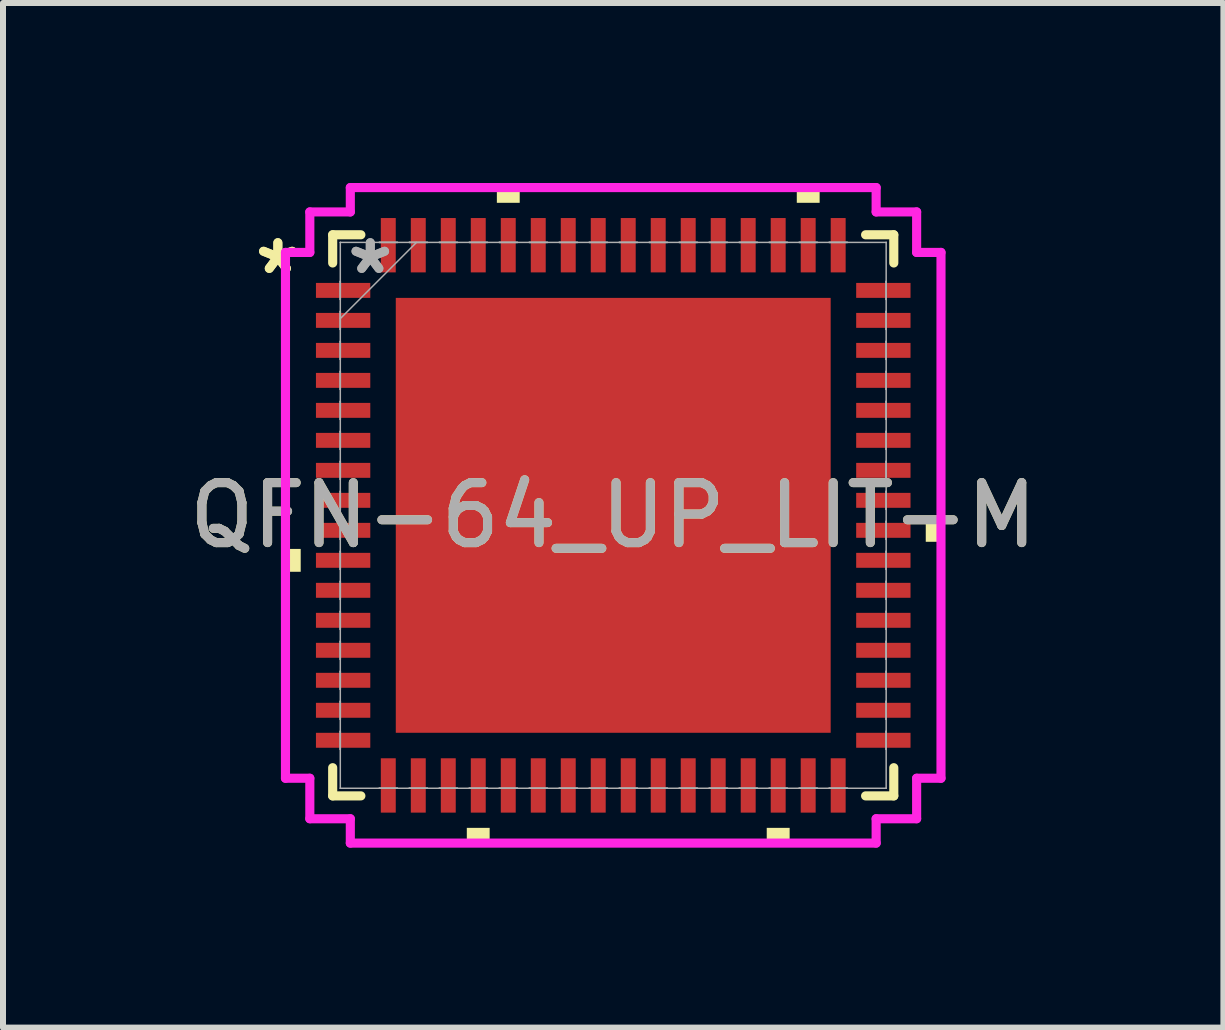
<source format=kicad_pcb>
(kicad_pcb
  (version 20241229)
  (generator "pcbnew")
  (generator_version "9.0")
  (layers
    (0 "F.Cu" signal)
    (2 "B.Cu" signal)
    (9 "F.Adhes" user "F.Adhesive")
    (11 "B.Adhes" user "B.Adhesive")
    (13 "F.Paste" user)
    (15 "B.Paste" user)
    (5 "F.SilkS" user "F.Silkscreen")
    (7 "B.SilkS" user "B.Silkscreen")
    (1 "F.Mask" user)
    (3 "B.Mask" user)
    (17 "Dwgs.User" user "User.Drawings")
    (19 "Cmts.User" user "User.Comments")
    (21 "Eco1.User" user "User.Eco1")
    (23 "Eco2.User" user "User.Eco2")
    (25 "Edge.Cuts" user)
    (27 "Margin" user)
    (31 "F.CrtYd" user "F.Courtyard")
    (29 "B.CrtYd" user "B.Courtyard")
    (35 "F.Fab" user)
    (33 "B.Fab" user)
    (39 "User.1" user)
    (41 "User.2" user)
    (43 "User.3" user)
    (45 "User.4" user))
  (footprint "QFN-64_UP_LIT-M"
    (layer "F.Cu")
    (at 7.173 5.541)
    (property "Reference" "QFN-64_UP_LIT-M" (at 0 0 0) (unlocked yes) (layer "F.SilkS") (effects (font (size 1 1) (thickness 0.15))))
    (attr smd)
    (fp_line (start -4.677 -4.677) (end -4.677 -4.207) (stroke (width 0.152) (type solid)) (layer "F.SilkS"))
    (fp_line (start -4.677 4.207) (end -4.677 4.677) (stroke (width 0.152) (type solid)) (layer "F.SilkS"))
    (fp_line (start -4.677 4.677) (end -4.207 4.677) (stroke (width 0.152) (type solid)) (layer "F.SilkS"))
    (fp_line (start -4.207 -4.677) (end -4.677 -4.677) (stroke (width 0.152) (type solid)) (layer "F.SilkS"))
    (fp_line (start 4.207 4.677) (end 4.677 4.677) (stroke (width 0.152) (type solid)) (layer "F.SilkS"))
    (fp_line (start 4.677 -4.677) (end 4.207 -4.677) (stroke (width 0.152) (type solid)) (layer "F.SilkS"))
    (fp_line (start 4.677 -4.207) (end 4.677 -4.677) (stroke (width 0.152) (type solid)) (layer "F.SilkS"))
    (fp_line (start 4.677 4.677) (end 4.677 4.207) (stroke (width 0.152) (type solid)) (layer "F.SilkS"))
    (fp_poly (pts (xy -5.464 0.56) (xy -5.464 0.941) (xy -5.21 0.941) (xy -5.21 0.56)) (stroke (width 0) (type solid)) (fill yes) (layer "F.SilkS"))
    (fp_poly (pts (xy -2.441 5.21) (xy -2.441 5.464) (xy -2.06 5.464) (xy -2.06 5.21)) (stroke (width 0) (type solid)) (fill yes) (layer "F.SilkS"))
    (fp_poly (pts (xy -1.94 -5.21) (xy -1.94 -5.464) (xy -1.559 -5.464) (xy -1.559 -5.21)) (stroke (width 0) (type solid)) (fill yes) (layer "F.SilkS"))
    (fp_poly (pts (xy 2.559 5.21) (xy 2.559 5.464) (xy 2.941 5.464) (xy 2.941 5.21)) (stroke (width 0) (type solid)) (fill yes) (layer "F.SilkS"))
    (fp_poly (pts (xy 3.06 -5.21) (xy 3.06 -5.464) (xy 3.441 -5.464) (xy 3.441 -5.21)) (stroke (width 0) (type solid)) (fill yes) (layer "F.SilkS"))
    (fp_poly (pts (xy 5.464 0.059) (xy 5.464 0.441) (xy 5.21 0.441) (xy 5.21 0.059)) (stroke (width 0) (type solid)) (fill yes) (layer "F.SilkS"))
    (fp_poly (pts (xy -3.525 -3.525) (xy -3.525 -2.275) (xy -2.275 -2.275) (xy -2.275 -3.525)) (stroke (width 0) (type solid)) (fill yes) (layer "F.Paste"))
    (fp_poly (pts (xy -3.525 -2.075) (xy -3.525 -0.825) (xy -2.275 -0.825) (xy -2.275 -2.075)) (stroke (width 0) (type solid)) (fill yes) (layer "F.Paste"))
    (fp_poly (pts (xy -3.525 -0.625) (xy -3.525 0.625) (xy -2.275 0.625) (xy -2.275 -0.625)) (stroke (width 0) (type solid)) (fill yes) (layer "F.Paste"))
    (fp_poly (pts (xy -3.525 0.825) (xy -3.525 2.075) (xy -2.275 2.075) (xy -2.275 0.825)) (stroke (width 0) (type solid)) (fill yes) (layer "F.Paste"))
    (fp_poly (pts (xy -3.525 2.275) (xy -3.525 3.525) (xy -2.275 3.525) (xy -2.275 2.275)) (stroke (width 0) (type solid)) (fill yes) (layer "F.Paste"))
    (fp_poly (pts (xy -2.075 -3.525) (xy -2.075 -2.275) (xy -0.825 -2.275) (xy -0.825 -3.525)) (stroke (width 0) (type solid)) (fill yes) (layer "F.Paste"))
    (fp_poly (pts (xy -2.075 -2.075) (xy -2.075 -0.825) (xy -0.825 -0.825) (xy -0.825 -2.075)) (stroke (width 0) (type solid)) (fill yes) (layer "F.Paste"))
    (fp_poly (pts (xy -2.075 -0.625) (xy -2.075 0.625) (xy -0.825 0.625) (xy -0.825 -0.625)) (stroke (width 0) (type solid)) (fill yes) (layer "F.Paste"))
    (fp_poly (pts (xy -2.075 0.825) (xy -2.075 2.075) (xy -0.825 2.075) (xy -0.825 0.825)) (stroke (width 0) (type solid)) (fill yes) (layer "F.Paste"))
    (fp_poly (pts (xy -2.075 2.275) (xy -2.075 3.525) (xy -0.825 3.525) (xy -0.825 2.275)) (stroke (width 0) (type solid)) (fill yes) (layer "F.Paste"))
    (fp_poly (pts (xy -0.625 -3.525) (xy -0.625 -2.275) (xy 0.625 -2.275) (xy 0.625 -3.525)) (stroke (width 0) (type solid)) (fill yes) (layer "F.Paste"))
    (fp_poly (pts (xy -0.625 -2.075) (xy -0.625 -0.825) (xy 0.625 -0.825) (xy 0.625 -2.075)) (stroke (width 0) (type solid)) (fill yes) (layer "F.Paste"))
    (fp_poly (pts (xy -0.625 -0.625) (xy -0.625 0.625) (xy 0.625 0.625) (xy 0.625 -0.625)) (stroke (width 0) (type solid)) (fill yes) (layer "F.Paste"))
    (fp_poly (pts (xy -0.625 0.825) (xy -0.625 2.075) (xy 0.625 2.075) (xy 0.625 0.825)) (stroke (width 0) (type solid)) (fill yes) (layer "F.Paste"))
    (fp_poly (pts (xy -0.625 2.275) (xy -0.625 3.525) (xy 0.625 3.525) (xy 0.625 2.275)) (stroke (width 0) (type solid)) (fill yes) (layer "F.Paste"))
    (fp_poly (pts (xy 0.825 -3.525) (xy 0.825 -2.275) (xy 2.075 -2.275) (xy 2.075 -3.525)) (stroke (width 0) (type solid)) (fill yes) (layer "F.Paste"))
    (fp_poly (pts (xy 0.825 -2.075) (xy 0.825 -0.825) (xy 2.075 -0.825) (xy 2.075 -2.075)) (stroke (width 0) (type solid)) (fill yes) (layer "F.Paste"))
    (fp_poly (pts (xy 0.825 -0.625) (xy 0.825 0.625) (xy 2.075 0.625) (xy 2.075 -0.625)) (stroke (width 0) (type solid)) (fill yes) (layer "F.Paste"))
    (fp_poly (pts (xy 0.825 0.825) (xy 0.825 2.075) (xy 2.075 2.075) (xy 2.075 0.825)) (stroke (width 0) (type solid)) (fill yes) (layer "F.Paste"))
    (fp_poly (pts (xy 0.825 2.275) (xy 0.825 3.525) (xy 2.075 3.525) (xy 2.075 2.275)) (stroke (width 0) (type solid)) (fill yes) (layer "F.Paste"))
    (fp_poly (pts (xy 2.275 -3.525) (xy 2.275 -2.275) (xy 3.525 -2.275) (xy 3.525 -3.525)) (stroke (width 0) (type solid)) (fill yes) (layer "F.Paste"))
    (fp_poly (pts (xy 2.275 -2.075) (xy 2.275 -0.825) (xy 3.525 -0.825) (xy 3.525 -2.075)) (stroke (width 0) (type solid)) (fill yes) (layer "F.Paste"))
    (fp_poly (pts (xy 2.275 -0.625) (xy 2.275 0.625) (xy 3.525 0.625) (xy 3.525 -0.625)) (stroke (width 0) (type solid)) (fill yes) (layer "F.Paste"))
    (fp_poly (pts (xy 2.275 0.825) (xy 2.275 2.075) (xy 3.525 2.075) (xy 3.525 0.825)) (stroke (width 0) (type solid)) (fill yes) (layer "F.Paste"))
    (fp_poly (pts (xy 2.275 2.275) (xy 2.275 3.525) (xy 3.525 3.525) (xy 3.525 2.275)) (stroke (width 0) (type solid)) (fill yes) (layer "F.Paste"))
    (fp_line (start -5.464 -4.383) (end -5.058 -4.383) (stroke (width 0.152) (type solid)) (layer "F.CrtYd"))
    (fp_line (start -5.464 4.383) (end -5.464 -4.383) (stroke (width 0.152) (type solid)) (layer "F.CrtYd"))
    (fp_line (start -5.058 -5.058) (end -4.383 -5.058) (stroke (width 0.152) (type solid)) (layer "F.CrtYd"))
    (fp_line (start -5.058 -4.383) (end -5.058 -5.058) (stroke (width 0.152) (type solid)) (layer "F.CrtYd"))
    (fp_line (start -5.058 4.383) (end -5.464 4.383) (stroke (width 0.152) (type solid)) (layer "F.CrtYd"))
    (fp_line (start -5.058 5.058) (end -5.058 4.383) (stroke (width 0.152) (type solid)) (layer "F.CrtYd"))
    (fp_line (start -4.383 -5.464) (end 4.383 -5.464) (stroke (width 0.152) (type solid)) (layer "F.CrtYd"))
    (fp_line (start -4.383 -5.058) (end -4.383 -5.464) (stroke (width 0.152) (type solid)) (layer "F.CrtYd"))
    (fp_line (start -4.383 5.058) (end -5.058 5.058) (stroke (width 0.152) (type solid)) (layer "F.CrtYd"))
    (fp_line (start -4.383 5.464) (end -4.383 5.058) (stroke (width 0.152) (type solid)) (layer "F.CrtYd"))
    (fp_line (start 4.383 -5.464) (end 4.383 -5.058) (stroke (width 0.152) (type solid)) (layer "F.CrtYd"))
    (fp_line (start 4.383 -5.058) (end 5.058 -5.058) (stroke (width 0.152) (type solid)) (layer "F.CrtYd"))
    (fp_line (start 4.383 5.058) (end 4.383 5.464) (stroke (width 0.152) (type solid)) (layer "F.CrtYd"))
    (fp_line (start 4.383 5.464) (end -4.383 5.464) (stroke (width 0.152) (type solid)) (layer "F.CrtYd"))
    (fp_line (start 5.058 -5.058) (end 5.058 -4.383) (stroke (width 0.152) (type solid)) (layer "F.CrtYd"))
    (fp_line (start 5.058 -4.383) (end 5.464 -4.383) (stroke (width 0.152) (type solid)) (layer "F.CrtYd"))
    (fp_line (start 5.058 4.383) (end 5.058 5.058) (stroke (width 0.152) (type solid)) (layer "F.CrtYd"))
    (fp_line (start 5.058 5.058) (end 4.383 5.058) (stroke (width 0.152) (type solid)) (layer "F.CrtYd"))
    (fp_line (start 5.464 -4.383) (end 5.464 4.383) (stroke (width 0.152) (type solid)) (layer "F.CrtYd"))
    (fp_line (start 5.464 4.383) (end 5.058 4.383) (stroke (width 0.152) (type solid)) (layer "F.CrtYd"))
    (fp_line (start -4.55 -4.55) (end -4.55 -4.55) (stroke (width 0.025) (type solid)) (layer "F.Fab"))
    (fp_line (start -4.55 -4.55) (end -4.55 4.55) (stroke (width 0.025) (type solid)) (layer "F.Fab"))
    (fp_line (start -4.55 -3.9) (end -4.55 -3.9) (stroke (width 0.025) (type solid)) (layer "F.Fab"))
    (fp_line (start -4.55 -3.9) (end -4.55 -3.6) (stroke (width 0.025) (type solid)) (layer "F.Fab"))
    (fp_line (start -4.55 -3.6) (end -4.55 -3.9) (stroke (width 0.025) (type solid)) (layer "F.Fab"))
    (fp_line (start -4.55 -3.6) (end -4.55 -3.6) (stroke (width 0.025) (type solid)) (layer "F.Fab"))
    (fp_line (start -4.55 -3.4) (end -4.55 -3.4) (stroke (width 0.025) (type solid)) (layer "F.Fab"))
    (fp_line (start -4.55 -3.4) (end -4.55 -3.1) (stroke (width 0.025) (type solid)) (layer "F.Fab"))
    (fp_line (start -4.55 -3.28) (end -3.28 -4.55) (stroke (width 0.025) (type solid)) (layer "F.Fab"))
    (fp_line (start -4.55 -3.1) (end -4.55 -3.4) (stroke (width 0.025) (type solid)) (layer "F.Fab"))
    (fp_line (start -4.55 -3.1) (end -4.55 -3.1) (stroke (width 0.025) (type solid)) (layer "F.Fab"))
    (fp_line (start -4.55 -2.9) (end -4.55 -2.9) (stroke (width 0.025) (type solid)) (layer "F.Fab"))
    (fp_line (start -4.55 -2.9) (end -4.55 -2.6) (stroke (width 0.025) (type solid)) (layer "F.Fab"))
    (fp_line (start -4.55 -2.6) (end -4.55 -2.9) (stroke (width 0.025) (type solid)) (layer "F.Fab"))
    (fp_line (start -4.55 -2.6) (end -4.55 -2.6) (stroke (width 0.025) (type solid)) (layer "F.Fab"))
    (fp_line (start -4.55 -2.4) (end -4.55 -2.4) (stroke (width 0.025) (type solid)) (layer "F.Fab"))
    (fp_line (start -4.55 -2.4) (end -4.55 -2.1) (stroke (width 0.025) (type solid)) (layer "F.Fab"))
    (fp_line (start -4.55 -2.1) (end -4.55 -2.4) (stroke (width 0.025) (type solid)) (layer "F.Fab"))
    (fp_line (start -4.55 -2.1) (end -4.55 -2.1) (stroke (width 0.025) (type solid)) (layer "F.Fab"))
    (fp_line (start -4.55 -1.9) (end -4.55 -1.9) (stroke (width 0.025) (type solid)) (layer "F.Fab"))
    (fp_line (start -4.55 -1.9) (end -4.55 -1.6) (stroke (width 0.025) (type solid)) (layer "F.Fab"))
    (fp_line (start -4.55 -1.6) (end -4.55 -1.9) (stroke (width 0.025) (type solid)) (layer "F.Fab"))
    (fp_line (start -4.55 -1.6) (end -4.55 -1.6) (stroke (width 0.025) (type solid)) (layer "F.Fab"))
    (fp_line (start -4.55 -1.4) (end -4.55 -1.4) (stroke (width 0.025) (type solid)) (layer "F.Fab"))
    (fp_line (start -4.55 -1.4) (end -4.55 -1.1) (stroke (width 0.025) (type solid)) (layer "F.Fab"))
    (fp_line (start -4.55 -1.1) (end -4.55 -1.4) (stroke (width 0.025) (type solid)) (layer "F.Fab"))
    (fp_line (start -4.55 -1.1) (end -4.55 -1.1) (stroke (width 0.025) (type solid)) (layer "F.Fab"))
    (fp_line (start -4.55 -0.9) (end -4.55 -0.9) (stroke (width 0.025) (type solid)) (layer "F.Fab"))
    (fp_line (start -4.55 -0.9) (end -4.55 -0.6) (stroke (width 0.025) (type solid)) (layer "F.Fab"))
    (fp_line (start -4.55 -0.6) (end -4.55 -0.9) (stroke (width 0.025) (type solid)) (layer "F.Fab"))
    (fp_line (start -4.55 -0.6) (end -4.55 -0.6) (stroke (width 0.025) (type solid)) (layer "F.Fab"))
    (fp_line (start -4.55 -0.4) (end -4.55 -0.4) (stroke (width 0.025) (type solid)) (layer "F.Fab"))
    (fp_line (start -4.55 -0.4) (end -4.55 -0.1) (stroke (width 0.025) (type solid)) (layer "F.Fab"))
    (fp_line (start -4.55 -0.1) (end -4.55 -0.4) (stroke (width 0.025) (type solid)) (layer "F.Fab"))
    (fp_line (start -4.55 -0.1) (end -4.55 -0.1) (stroke (width 0.025) (type solid)) (layer "F.Fab"))
    (fp_line (start -4.55 0.1) (end -4.55 0.1) (stroke (width 0.025) (type solid)) (layer "F.Fab"))
    (fp_line (start -4.55 0.1) (end -4.55 0.4) (stroke (width 0.025) (type solid)) (layer "F.Fab"))
    (fp_line (start -4.55 0.4) (end -4.55 0.1) (stroke (width 0.025) (type solid)) (layer "F.Fab"))
    (fp_line (start -4.55 0.4) (end -4.55 0.4) (stroke (width 0.025) (type solid)) (layer "F.Fab"))
    (fp_line (start -4.55 0.6) (end -4.55 0.6) (stroke (width 0.025) (type solid)) (layer "F.Fab"))
    (fp_line (start -4.55 0.6) (end -4.55 0.9) (stroke (width 0.025) (type solid)) (layer "F.Fab"))
    (fp_line (start -4.55 0.9) (end -4.55 0.6) (stroke (width 0.025) (type solid)) (layer "F.Fab"))
    (fp_line (start -4.55 0.9) (end -4.55 0.9) (stroke (width 0.025) (type solid)) (layer "F.Fab"))
    (fp_line (start -4.55 1.1) (end -4.55 1.1) (stroke (width 0.025) (type solid)) (layer "F.Fab"))
    (fp_line (start -4.55 1.1) (end -4.55 1.4) (stroke (width 0.025) (type solid)) (layer "F.Fab"))
    (fp_line (start -4.55 1.4) (end -4.55 1.1) (stroke (width 0.025) (type solid)) (layer "F.Fab"))
    (fp_line (start -4.55 1.4) (end -4.55 1.4) (stroke (width 0.025) (type solid)) (layer "F.Fab"))
    (fp_line (start -4.55 1.6) (end -4.55 1.6) (stroke (width 0.025) (type solid)) (layer "F.Fab"))
    (fp_line (start -4.55 1.6) (end -4.55 1.9) (stroke (width 0.025) (type solid)) (layer "F.Fab"))
    (fp_line (start -4.55 1.9) (end -4.55 1.6) (stroke (width 0.025) (type solid)) (layer "F.Fab"))
    (fp_line (start -4.55 1.9) (end -4.55 1.9) (stroke (width 0.025) (type solid)) (layer "F.Fab"))
    (fp_line (start -4.55 2.1) (end -4.55 2.1) (stroke (width 0.025) (type solid)) (layer "F.Fab"))
    (fp_line (start -4.55 2.1) (end -4.55 2.4) (stroke (width 0.025) (type solid)) (layer "F.Fab"))
    (fp_line (start -4.55 2.4) (end -4.55 2.1) (stroke (width 0.025) (type solid)) (layer "F.Fab"))
    (fp_line (start -4.55 2.4) (end -4.55 2.4) (stroke (width 0.025) (type solid)) (layer "F.Fab"))
    (fp_line (start -4.55 2.6) (end -4.55 2.6) (stroke (width 0.025) (type solid)) (layer "F.Fab"))
    (fp_line (start -4.55 2.6) (end -4.55 2.9) (stroke (width 0.025) (type solid)) (layer "F.Fab"))
    (fp_line (start -4.55 2.9) (end -4.55 2.6) (stroke (width 0.025) (type solid)) (layer "F.Fab"))
    (fp_line (start -4.55 2.9) (end -4.55 2.9) (stroke (width 0.025) (type solid)) (layer "F.Fab"))
    (fp_line (start -4.55 3.1) (end -4.55 3.1) (stroke (width 0.025) (type solid)) (layer "F.Fab"))
    (fp_line (start -4.55 3.1) (end -4.55 3.4) (stroke (width 0.025) (type solid)) (layer "F.Fab"))
    (fp_line (start -4.55 3.4) (end -4.55 3.1) (stroke (width 0.025) (type solid)) (layer "F.Fab"))
    (fp_line (start -4.55 3.4) (end -4.55 3.4) (stroke (width 0.025) (type solid)) (layer "F.Fab"))
    (fp_line (start -4.55 3.6) (end -4.55 3.6) (stroke (width 0.025) (type solid)) (layer "F.Fab"))
    (fp_line (start -4.55 3.6) (end -4.55 3.9) (stroke (width 0.025) (type solid)) (layer "F.Fab"))
    (fp_line (start -4.55 3.9) (end -4.55 3.6) (stroke (width 0.025) (type solid)) (layer "F.Fab"))
    (fp_line (start -4.55 3.9) (end -4.55 3.9) (stroke (width 0.025) (type solid)) (layer "F.Fab"))
    (fp_line (start -4.55 4.55) (end -4.55 4.55) (stroke (width 0.025) (type solid)) (layer "F.Fab"))
    (fp_line (start -4.55 4.55) (end 4.55 4.55) (stroke (width 0.025) (type solid)) (layer "F.Fab"))
    (fp_line (start -3.9 -4.55) (end -3.9 -4.55) (stroke (width 0.025) (type solid)) (layer "F.Fab"))
    (fp_line (start -3.9 -4.55) (end -3.6 -4.55) (stroke (width 0.025) (type solid)) (layer "F.Fab"))
    (fp_line (start -3.9 4.55) (end -3.9 4.55) (stroke (width 0.025) (type solid)) (layer "F.Fab"))
    (fp_line (start -3.9 4.55) (end -3.6 4.55) (stroke (width 0.025) (type solid)) (layer "F.Fab"))
    (fp_line (start -3.6 -4.55) (end -3.9 -4.55) (stroke (width 0.025) (type solid)) (layer "F.Fab"))
    (fp_line (start -3.6 -4.55) (end -3.6 -4.55) (stroke (width 0.025) (type solid)) (layer "F.Fab"))
    (fp_line (start -3.6 4.55) (end -3.9 4.55) (stroke (width 0.025) (type solid)) (layer "F.Fab"))
    (fp_line (start -3.6 4.55) (end -3.6 4.55) (stroke (width 0.025) (type solid)) (layer "F.Fab"))
    (fp_line (start -3.4 -4.55) (end -3.4 -4.55) (stroke (width 0.025) (type solid)) (layer "F.Fab"))
    (fp_line (start -3.4 -4.55) (end -3.1 -4.55) (stroke (width 0.025) (type solid)) (layer "F.Fab"))
    (fp_line (start -3.4 4.55) (end -3.4 4.55) (stroke (width 0.025) (type solid)) (layer "F.Fab"))
    (fp_line (start -3.4 4.55) (end -3.1 4.55) (stroke (width 0.025) (type solid)) (layer "F.Fab"))
    (fp_line (start -3.1 -4.55) (end -3.4 -4.55) (stroke (width 0.025) (type solid)) (layer "F.Fab"))
    (fp_line (start -3.1 -4.55) (end -3.1 -4.55) (stroke (width 0.025) (type solid)) (layer "F.Fab"))
    (fp_line (start -3.1 4.55) (end -3.4 4.55) (stroke (width 0.025) (type solid)) (layer "F.Fab"))
    (fp_line (start -3.1 4.55) (end -3.1 4.55) (stroke (width 0.025) (type solid)) (layer "F.Fab"))
    (fp_line (start -2.9 -4.55) (end -2.9 -4.55) (stroke (width 0.025) (type solid)) (layer "F.Fab"))
    (fp_line (start -2.9 -4.55) (end -2.6 -4.55) (stroke (width 0.025) (type solid)) (layer "F.Fab"))
    (fp_line (start -2.9 4.55) (end -2.9 4.55) (stroke (width 0.025) (type solid)) (layer "F.Fab"))
    (fp_line (start -2.9 4.55) (end -2.6 4.55) (stroke (width 0.025) (type solid)) (layer "F.Fab"))
    (fp_line (start -2.6 -4.55) (end -2.9 -4.55) (stroke (width 0.025) (type solid)) (layer "F.Fab"))
    (fp_line (start -2.6 -4.55) (end -2.6 -4.55) (stroke (width 0.025) (type solid)) (layer "F.Fab"))
    (fp_line (start -2.6 4.55) (end -2.9 4.55) (stroke (width 0.025) (type solid)) (layer "F.Fab"))
    (fp_line (start -2.6 4.55) (end -2.6 4.55) (stroke (width 0.025) (type solid)) (layer "F.Fab"))
    (fp_line (start -2.4 -4.55) (end -2.4 -4.55) (stroke (width 0.025) (type solid)) (layer "F.Fab"))
    (fp_line (start -2.4 -4.55) (end -2.1 -4.55) (stroke (width 0.025) (type solid)) (layer "F.Fab"))
    (fp_line (start -2.4 4.55) (end -2.4 4.55) (stroke (width 0.025) (type solid)) (layer "F.Fab"))
    (fp_line (start -2.4 4.55) (end -2.1 4.55) (stroke (width 0.025) (type solid)) (layer "F.Fab"))
    (fp_line (start -2.1 -4.55) (end -2.4 -4.55) (stroke (width 0.025) (type solid)) (layer "F.Fab"))
    (fp_line (start -2.1 -4.55) (end -2.1 -4.55) (stroke (width 0.025) (type solid)) (layer "F.Fab"))
    (fp_line (start -2.1 4.55) (end -2.4 4.55) (stroke (width 0.025) (type solid)) (layer "F.Fab"))
    (fp_line (start -2.1 4.55) (end -2.1 4.55) (stroke (width 0.025) (type solid)) (layer "F.Fab"))
    (fp_line (start -1.9 -4.55) (end -1.9 -4.55) (stroke (width 0.025) (type solid)) (layer "F.Fab"))
    (fp_line (start -1.9 -4.55) (end -1.6 -4.55) (stroke (width 0.025) (type solid)) (layer "F.Fab"))
    (fp_line (start -1.9 4.55) (end -1.9 4.55) (stroke (width 0.025) (type solid)) (layer "F.Fab"))
    (fp_line (start -1.9 4.55) (end -1.6 4.55) (stroke (width 0.025) (type solid)) (layer "F.Fab"))
    (fp_line (start -1.6 -4.55) (end -1.9 -4.55) (stroke (width 0.025) (type solid)) (layer "F.Fab"))
    (fp_line (start -1.6 -4.55) (end -1.6 -4.55) (stroke (width 0.025) (type solid)) (layer "F.Fab"))
    (fp_line (start -1.6 4.55) (end -1.9 4.55) (stroke (width 0.025) (type solid)) (layer "F.Fab"))
    (fp_line (start -1.6 4.55) (end -1.6 4.55) (stroke (width 0.025) (type solid)) (layer "F.Fab"))
    (fp_line (start -1.4 -4.55) (end -1.4 -4.55) (stroke (width 0.025) (type solid)) (layer "F.Fab"))
    (fp_line (start -1.4 -4.55) (end -1.1 -4.55) (stroke (width 0.025) (type solid)) (layer "F.Fab"))
    (fp_line (start -1.4 4.55) (end -1.4 4.55) (stroke (width 0.025) (type solid)) (layer "F.Fab"))
    (fp_line (start -1.4 4.55) (end -1.1 4.55) (stroke (width 0.025) (type solid)) (layer "F.Fab"))
    (fp_line (start -1.1 -4.55) (end -1.4 -4.55) (stroke (width 0.025) (type solid)) (layer "F.Fab"))
    (fp_line (start -1.1 -4.55) (end -1.1 -4.55) (stroke (width 0.025) (type solid)) (layer "F.Fab"))
    (fp_line (start -1.1 4.55) (end -1.4 4.55) (stroke (width 0.025) (type solid)) (layer "F.Fab"))
    (fp_line (start -1.1 4.55) (end -1.1 4.55) (stroke (width 0.025) (type solid)) (layer "F.Fab"))
    (fp_line (start -0.9 -4.55) (end -0.9 -4.55) (stroke (width 0.025) (type solid)) (layer "F.Fab"))
    (fp_line (start -0.9 -4.55) (end -0.6 -4.55) (stroke (width 0.025) (type solid)) (layer "F.Fab"))
    (fp_line (start -0.9 4.55) (end -0.9 4.55) (stroke (width 0.025) (type solid)) (layer "F.Fab"))
    (fp_line (start -0.9 4.55) (end -0.6 4.55) (stroke (width 0.025) (type solid)) (layer "F.Fab"))
    (fp_line (start -0.6 -4.55) (end -0.9 -4.55) (stroke (width 0.025) (type solid)) (layer "F.Fab"))
    (fp_line (start -0.6 -4.55) (end -0.6 -4.55) (stroke (width 0.025) (type solid)) (layer "F.Fab"))
    (fp_line (start -0.6 4.55) (end -0.9 4.55) (stroke (width 0.025) (type solid)) (layer "F.Fab"))
    (fp_line (start -0.6 4.55) (end -0.6 4.55) (stroke (width 0.025) (type solid)) (layer "F.Fab"))
    (fp_line (start -0.4 -4.55) (end -0.4 -4.55) (stroke (width 0.025) (type solid)) (layer "F.Fab"))
    (fp_line (start -0.4 -4.55) (end -0.1 -4.55) (stroke (width 0.025) (type solid)) (layer "F.Fab"))
    (fp_line (start -0.4 4.55) (end -0.4 4.55) (stroke (width 0.025) (type solid)) (layer "F.Fab"))
    (fp_line (start -0.4 4.55) (end -0.1 4.55) (stroke (width 0.025) (type solid)) (layer "F.Fab"))
    (fp_line (start -0.1 -4.55) (end -0.4 -4.55) (stroke (width 0.025) (type solid)) (layer "F.Fab"))
    (fp_line (start -0.1 -4.55) (end -0.1 -4.55) (stroke (width 0.025) (type solid)) (layer "F.Fab"))
    (fp_line (start -0.1 4.55) (end -0.4 4.55) (stroke (width 0.025) (type solid)) (layer "F.Fab"))
    (fp_line (start -0.1 4.55) (end -0.1 4.55) (stroke (width 0.025) (type solid)) (layer "F.Fab"))
    (fp_line (start 0.1 -4.55) (end 0.1 -4.55) (stroke (width 0.025) (type solid)) (layer "F.Fab"))
    (fp_line (start 0.1 -4.55) (end 0.4 -4.55) (stroke (width 0.025) (type solid)) (layer "F.Fab"))
    (fp_line (start 0.1 4.55) (end 0.1 4.55) (stroke (width 0.025) (type solid)) (layer "F.Fab"))
    (fp_line (start 0.1 4.55) (end 0.4 4.55) (stroke (width 0.025) (type solid)) (layer "F.Fab"))
    (fp_line (start 0.4 -4.55) (end 0.1 -4.55) (stroke (width 0.025) (type solid)) (layer "F.Fab"))
    (fp_line (start 0.4 -4.55) (end 0.4 -4.55) (stroke (width 0.025) (type solid)) (layer "F.Fab"))
    (fp_line (start 0.4 4.55) (end 0.1 4.55) (stroke (width 0.025) (type solid)) (layer "F.Fab"))
    (fp_line (start 0.4 4.55) (end 0.4 4.55) (stroke (width 0.025) (type solid)) (layer "F.Fab"))
    (fp_line (start 0.6 -4.55) (end 0.6 -4.55) (stroke (width 0.025) (type solid)) (layer "F.Fab"))
    (fp_line (start 0.6 -4.55) (end 0.9 -4.55) (stroke (width 0.025) (type solid)) (layer "F.Fab"))
    (fp_line (start 0.6 4.55) (end 0.6 4.55) (stroke (width 0.025) (type solid)) (layer "F.Fab"))
    (fp_line (start 0.6 4.55) (end 0.9 4.55) (stroke (width 0.025) (type solid)) (layer "F.Fab"))
    (fp_line (start 0.9 -4.55) (end 0.6 -4.55) (stroke (width 0.025) (type solid)) (layer "F.Fab"))
    (fp_line (start 0.9 -4.55) (end 0.9 -4.55) (stroke (width 0.025) (type solid)) (layer "F.Fab"))
    (fp_line (start 0.9 4.55) (end 0.6 4.55) (stroke (width 0.025) (type solid)) (layer "F.Fab"))
    (fp_line (start 0.9 4.55) (end 0.9 4.55) (stroke (width 0.025) (type solid)) (layer "F.Fab"))
    (fp_line (start 1.1 -4.55) (end 1.1 -4.55) (stroke (width 0.025) (type solid)) (layer "F.Fab"))
    (fp_line (start 1.1 -4.55) (end 1.4 -4.55) (stroke (width 0.025) (type solid)) (layer "F.Fab"))
    (fp_line (start 1.1 4.55) (end 1.1 4.55) (stroke (width 0.025) (type solid)) (layer "F.Fab"))
    (fp_line (start 1.1 4.55) (end 1.4 4.55) (stroke (width 0.025) (type solid)) (layer "F.Fab"))
    (fp_line (start 1.4 -4.55) (end 1.1 -4.55) (stroke (width 0.025) (type solid)) (layer "F.Fab"))
    (fp_line (start 1.4 -4.55) (end 1.4 -4.55) (stroke (width 0.025) (type solid)) (layer "F.Fab"))
    (fp_line (start 1.4 4.55) (end 1.1 4.55) (stroke (width 0.025) (type solid)) (layer "F.Fab"))
    (fp_line (start 1.4 4.55) (end 1.4 4.55) (stroke (width 0.025) (type solid)) (layer "F.Fab"))
    (fp_line (start 1.6 -4.55) (end 1.6 -4.55) (stroke (width 0.025) (type solid)) (layer "F.Fab"))
    (fp_line (start 1.6 -4.55) (end 1.9 -4.55) (stroke (width 0.025) (type solid)) (layer "F.Fab"))
    (fp_line (start 1.6 4.55) (end 1.6 4.55) (stroke (width 0.025) (type solid)) (layer "F.Fab"))
    (fp_line (start 1.6 4.55) (end 1.9 4.55) (stroke (width 0.025) (type solid)) (layer "F.Fab"))
    (fp_line (start 1.9 -4.55) (end 1.6 -4.55) (stroke (width 0.025) (type solid)) (layer "F.Fab"))
    (fp_line (start 1.9 -4.55) (end 1.9 -4.55) (stroke (width 0.025) (type solid)) (layer "F.Fab"))
    (fp_line (start 1.9 4.55) (end 1.6 4.55) (stroke (width 0.025) (type solid)) (layer "F.Fab"))
    (fp_line (start 1.9 4.55) (end 1.9 4.55) (stroke (width 0.025) (type solid)) (layer "F.Fab"))
    (fp_line (start 2.1 -4.55) (end 2.1 -4.55) (stroke (width 0.025) (type solid)) (layer "F.Fab"))
    (fp_line (start 2.1 -4.55) (end 2.4 -4.55) (stroke (width 0.025) (type solid)) (layer "F.Fab"))
    (fp_line (start 2.1 4.55) (end 2.1 4.55) (stroke (width 0.025) (type solid)) (layer "F.Fab"))
    (fp_line (start 2.1 4.55) (end 2.4 4.55) (stroke (width 0.025) (type solid)) (layer "F.Fab"))
    (fp_line (start 2.4 -4.55) (end 2.1 -4.55) (stroke (width 0.025) (type solid)) (layer "F.Fab"))
    (fp_line (start 2.4 -4.55) (end 2.4 -4.55) (stroke (width 0.025) (type solid)) (layer "F.Fab"))
    (fp_line (start 2.4 4.55) (end 2.1 4.55) (stroke (width 0.025) (type solid)) (layer "F.Fab"))
    (fp_line (start 2.4 4.55) (end 2.4 4.55) (stroke (width 0.025) (type solid)) (layer "F.Fab"))
    (fp_line (start 2.6 -4.55) (end 2.6 -4.55) (stroke (width 0.025) (type solid)) (layer "F.Fab"))
    (fp_line (start 2.6 -4.55) (end 2.9 -4.55) (stroke (width 0.025) (type solid)) (layer "F.Fab"))
    (fp_line (start 2.6 4.55) (end 2.6 4.55) (stroke (width 0.025) (type solid)) (layer "F.Fab"))
    (fp_line (start 2.6 4.55) (end 2.9 4.55) (stroke (width 0.025) (type solid)) (layer "F.Fab"))
    (fp_line (start 2.9 -4.55) (end 2.6 -4.55) (stroke (width 0.025) (type solid)) (layer "F.Fab"))
    (fp_line (start 2.9 -4.55) (end 2.9 -4.55) (stroke (width 0.025) (type solid)) (layer "F.Fab"))
    (fp_line (start 2.9 4.55) (end 2.6 4.55) (stroke (width 0.025) (type solid)) (layer "F.Fab"))
    (fp_line (start 2.9 4.55) (end 2.9 4.55) (stroke (width 0.025) (type solid)) (layer "F.Fab"))
    (fp_line (start 3.1 -4.55) (end 3.1 -4.55) (stroke (width 0.025) (type solid)) (layer "F.Fab"))
    (fp_line (start 3.1 -4.55) (end 3.4 -4.55) (stroke (width 0.025) (type solid)) (layer "F.Fab"))
    (fp_line (start 3.1 4.55) (end 3.1 4.55) (stroke (width 0.025) (type solid)) (layer "F.Fab"))
    (fp_line (start 3.1 4.55) (end 3.4 4.55) (stroke (width 0.025) (type solid)) (layer "F.Fab"))
    (fp_line (start 3.4 -4.55) (end 3.1 -4.55) (stroke (width 0.025) (type solid)) (layer "F.Fab"))
    (fp_line (start 3.4 -4.55) (end 3.4 -4.55) (stroke (width 0.025) (type solid)) (layer "F.Fab"))
    (fp_line (start 3.4 4.55) (end 3.1 4.55) (stroke (width 0.025) (type solid)) (layer "F.Fab"))
    (fp_line (start 3.4 4.55) (end 3.4 4.55) (stroke (width 0.025) (type solid)) (layer "F.Fab"))
    (fp_line (start 3.6 -4.55) (end 3.6 -4.55) (stroke (width 0.025) (type solid)) (layer "F.Fab"))
    (fp_line (start 3.6 -4.55) (end 3.9 -4.55) (stroke (width 0.025) (type solid)) (layer "F.Fab"))
    (fp_line (start 3.6 4.55) (end 3.6 4.55) (stroke (width 0.025) (type solid)) (layer "F.Fab"))
    (fp_line (start 3.6 4.55) (end 3.9 4.55) (stroke (width 0.025) (type solid)) (layer "F.Fab"))
    (fp_line (start 3.9 -4.55) (end 3.6 -4.55) (stroke (width 0.025) (type solid)) (layer "F.Fab"))
    (fp_line (start 3.9 -4.55) (end 3.9 -4.55) (stroke (width 0.025) (type solid)) (layer "F.Fab"))
    (fp_line (start 3.9 4.55) (end 3.6 4.55) (stroke (width 0.025) (type solid)) (layer "F.Fab"))
    (fp_line (start 3.9 4.55) (end 3.9 4.55) (stroke (width 0.025) (type solid)) (layer "F.Fab"))
    (fp_line (start 4.55 -4.55) (end -4.55 -4.55) (stroke (width 0.025) (type solid)) (layer "F.Fab"))
    (fp_line (start 4.55 -4.55) (end 4.55 -4.55) (stroke (width 0.025) (type solid)) (layer "F.Fab"))
    (fp_line (start 4.55 -3.9) (end 4.55 -3.9) (stroke (width 0.025) (type solid)) (layer "F.Fab"))
    (fp_line (start 4.55 -3.9) (end 4.55 -3.6) (stroke (width 0.025) (type solid)) (layer "F.Fab"))
    (fp_line (start 4.55 -3.6) (end 4.55 -3.9) (stroke (width 0.025) (type solid)) (layer "F.Fab"))
    (fp_line (start 4.55 -3.6) (end 4.55 -3.6) (stroke (width 0.025) (type solid)) (layer "F.Fab"))
    (fp_line (start 4.55 -3.4) (end 4.55 -3.4) (stroke (width 0.025) (type solid)) (layer "F.Fab"))
    (fp_line (start 4.55 -3.4) (end 4.55 -3.1) (stroke (width 0.025) (type solid)) (layer "F.Fab"))
    (fp_line (start 4.55 -3.1) (end 4.55 -3.4) (stroke (width 0.025) (type solid)) (layer "F.Fab"))
    (fp_line (start 4.55 -3.1) (end 4.55 -3.1) (stroke (width 0.025) (type solid)) (layer "F.Fab"))
    (fp_line (start 4.55 -2.9) (end 4.55 -2.9) (stroke (width 0.025) (type solid)) (layer "F.Fab"))
    (fp_line (start 4.55 -2.9) (end 4.55 -2.6) (stroke (width 0.025) (type solid)) (layer "F.Fab"))
    (fp_line (start 4.55 -2.6) (end 4.55 -2.9) (stroke (width 0.025) (type solid)) (layer "F.Fab"))
    (fp_line (start 4.55 -2.6) (end 4.55 -2.6) (stroke (width 0.025) (type solid)) (layer "F.Fab"))
    (fp_line (start 4.55 -2.4) (end 4.55 -2.4) (stroke (width 0.025) (type solid)) (layer "F.Fab"))
    (fp_line (start 4.55 -2.4) (end 4.55 -2.1) (stroke (width 0.025) (type solid)) (layer "F.Fab"))
    (fp_line (start 4.55 -2.1) (end 4.55 -2.4) (stroke (width 0.025) (type solid)) (layer "F.Fab"))
    (fp_line (start 4.55 -2.1) (end 4.55 -2.1) (stroke (width 0.025) (type solid)) (layer "F.Fab"))
    (fp_line (start 4.55 -1.9) (end 4.55 -1.9) (stroke (width 0.025) (type solid)) (layer "F.Fab"))
    (fp_line (start 4.55 -1.9) (end 4.55 -1.6) (stroke (width 0.025) (type solid)) (layer "F.Fab"))
    (fp_line (start 4.55 -1.6) (end 4.55 -1.9) (stroke (width 0.025) (type solid)) (layer "F.Fab"))
    (fp_line (start 4.55 -1.6) (end 4.55 -1.6) (stroke (width 0.025) (type solid)) (layer "F.Fab"))
    (fp_line (start 4.55 -1.4) (end 4.55 -1.4) (stroke (width 0.025) (type solid)) (layer "F.Fab"))
    (fp_line (start 4.55 -1.4) (end 4.55 -1.1) (stroke (width 0.025) (type solid)) (layer "F.Fab"))
    (fp_line (start 4.55 -1.1) (end 4.55 -1.4) (stroke (width 0.025) (type solid)) (layer "F.Fab"))
    (fp_line (start 4.55 -1.1) (end 4.55 -1.1) (stroke (width 0.025) (type solid)) (layer "F.Fab"))
    (fp_line (start 4.55 -0.9) (end 4.55 -0.9) (stroke (width 0.025) (type solid)) (layer "F.Fab"))
    (fp_line (start 4.55 -0.9) (end 4.55 -0.6) (stroke (width 0.025) (type solid)) (layer "F.Fab"))
    (fp_line (start 4.55 -0.6) (end 4.55 -0.9) (stroke (width 0.025) (type solid)) (layer "F.Fab"))
    (fp_line (start 4.55 -0.6) (end 4.55 -0.6) (stroke (width 0.025) (type solid)) (layer "F.Fab"))
    (fp_line (start 4.55 -0.4) (end 4.55 -0.4) (stroke (width 0.025) (type solid)) (layer "F.Fab"))
    (fp_line (start 4.55 -0.4) (end 4.55 -0.1) (stroke (width 0.025) (type solid)) (layer "F.Fab"))
    (fp_line (start 4.55 -0.1) (end 4.55 -0.4) (stroke (width 0.025) (type solid)) (layer "F.Fab"))
    (fp_line (start 4.55 -0.1) (end 4.55 -0.1) (stroke (width 0.025) (type solid)) (layer "F.Fab"))
    (fp_line (start 4.55 0.1) (end 4.55 0.1) (stroke (width 0.025) (type solid)) (layer "F.Fab"))
    (fp_line (start 4.55 0.1) (end 4.55 0.4) (stroke (width 0.025) (type solid)) (layer "F.Fab"))
    (fp_line (start 4.55 0.4) (end 4.55 0.1) (stroke (width 0.025) (type solid)) (layer "F.Fab"))
    (fp_line (start 4.55 0.4) (end 4.55 0.4) (stroke (width 0.025) (type solid)) (layer "F.Fab"))
    (fp_line (start 4.55 0.6) (end 4.55 0.6) (stroke (width 0.025) (type solid)) (layer "F.Fab"))
    (fp_line (start 4.55 0.6) (end 4.55 0.9) (stroke (width 0.025) (type solid)) (layer "F.Fab"))
    (fp_line (start 4.55 0.9) (end 4.55 0.6) (stroke (width 0.025) (type solid)) (layer "F.Fab"))
    (fp_line (start 4.55 0.9) (end 4.55 0.9) (stroke (width 0.025) (type solid)) (layer "F.Fab"))
    (fp_line (start 4.55 1.1) (end 4.55 1.1) (stroke (width 0.025) (type solid)) (layer "F.Fab"))
    (fp_line (start 4.55 1.1) (end 4.55 1.4) (stroke (width 0.025) (type solid)) (layer "F.Fab"))
    (fp_line (start 4.55 1.4) (end 4.55 1.1) (stroke (width 0.025) (type solid)) (layer "F.Fab"))
    (fp_line (start 4.55 1.4) (end 4.55 1.4) (stroke (width 0.025) (type solid)) (layer "F.Fab"))
    (fp_line (start 4.55 1.6) (end 4.55 1.6) (stroke (width 0.025) (type solid)) (layer "F.Fab"))
    (fp_line (start 4.55 1.6) (end 4.55 1.9) (stroke (width 0.025) (type solid)) (layer "F.Fab"))
    (fp_line (start 4.55 1.9) (end 4.55 1.6) (stroke (width 0.025) (type solid)) (layer "F.Fab"))
    (fp_line (start 4.55 1.9) (end 4.55 1.9) (stroke (width 0.025) (type solid)) (layer "F.Fab"))
    (fp_line (start 4.55 2.1) (end 4.55 2.1) (stroke (width 0.025) (type solid)) (layer "F.Fab"))
    (fp_line (start 4.55 2.1) (end 4.55 2.4) (stroke (width 0.025) (type solid)) (layer "F.Fab"))
    (fp_line (start 4.55 2.4) (end 4.55 2.1) (stroke (width 0.025) (type solid)) (layer "F.Fab"))
    (fp_line (start 4.55 2.4) (end 4.55 2.4) (stroke (width 0.025) (type solid)) (layer "F.Fab"))
    (fp_line (start 4.55 2.6) (end 4.55 2.6) (stroke (width 0.025) (type solid)) (layer "F.Fab"))
    (fp_line (start 4.55 2.6) (end 4.55 2.9) (stroke (width 0.025) (type solid)) (layer "F.Fab"))
    (fp_line (start 4.55 2.9) (end 4.55 2.6) (stroke (width 0.025) (type solid)) (layer "F.Fab"))
    (fp_line (start 4.55 2.9) (end 4.55 2.9) (stroke (width 0.025) (type solid)) (layer "F.Fab"))
    (fp_line (start 4.55 3.1) (end 4.55 3.1) (stroke (width 0.025) (type solid)) (layer "F.Fab"))
    (fp_line (start 4.55 3.1) (end 4.55 3.4) (stroke (width 0.025) (type solid)) (layer "F.Fab"))
    (fp_line (start 4.55 3.4) (end 4.55 3.1) (stroke (width 0.025) (type solid)) (layer "F.Fab"))
    (fp_line (start 4.55 3.4) (end 4.55 3.4) (stroke (width 0.025) (type solid)) (layer "F.Fab"))
    (fp_line (start 4.55 3.6) (end 4.55 3.6) (stroke (width 0.025) (type solid)) (layer "F.Fab"))
    (fp_line (start 4.55 3.6) (end 4.55 3.9) (stroke (width 0.025) (type solid)) (layer "F.Fab"))
    (fp_line (start 4.55 3.9) (end 4.55 3.6) (stroke (width 0.025) (type solid)) (layer "F.Fab"))
    (fp_line (start 4.55 3.9) (end 4.55 3.9) (stroke (width 0.025) (type solid)) (layer "F.Fab"))
    (fp_line (start 4.55 4.55) (end 4.55 -4.55) (stroke (width 0.025) (type solid)) (layer "F.Fab"))
    (fp_line (start 4.55 4.55) (end 4.55 4.55) (stroke (width 0.025) (type solid)) (layer "F.Fab"))
    (fp_text user "*" (at -5.591 -4 0) (layer "F.SilkS") (effects (font (size 1 1) (thickness 0.15))))
    (fp_text user "*" (at -5.591 -4 0) (unlocked yes) (layer "F.SilkS") (effects (font (size 1 1) (thickness 0.15))))
    (fp_text user "*" (at -4.05 -4 0) (unlocked yes) (layer "F.Fab") (effects (font (size 1 1) (thickness 0.15))))
    (fp_text user "*" (at -4.05 -4 0) (layer "F.Fab") (effects (font (size 1 1) (thickness 0.15))))
    (fp_text user "${REFERENCE}" (at 0 0 0) (unlocked yes) (layer "F.Fab") (effects (font (size 1 1) (thickness 0.15))))
    (pad "1" smd rect (at -4.503 -3.75 90) (size 0.249 0.906) (layers "F.Cu" "F.Mask" "F.Paste"))
    (pad "2" smd rect (at -4.503 -3.25 90) (size 0.249 0.906) (layers "F.Cu" "F.Mask" "F.Paste"))
    (pad "3" smd rect (at -4.503 -2.75 90) (size 0.249 0.906) (layers "F.Cu" "F.Mask" "F.Paste"))
    (pad "4" smd rect (at -4.503 -2.25 90) (size 0.249 0.906) (layers "F.Cu" "F.Mask" "F.Paste"))
    (pad "5" smd rect (at -4.503 -1.75 90) (size 0.249 0.906) (layers "F.Cu" "F.Mask" "F.Paste"))
    (pad "6" smd rect (at -4.503 -1.25 90) (size 0.249 0.906) (layers "F.Cu" "F.Mask" "F.Paste"))
    (pad "7" smd rect (at -4.503 -0.75 90) (size 0.249 0.906) (layers "F.Cu" "F.Mask" "F.Paste"))
    (pad "8" smd rect (at -4.503 -0.25 90) (size 0.249 0.906) (layers "F.Cu" "F.Mask" "F.Paste"))
    (pad "9" smd rect (at -4.503 0.25 90) (size 0.249 0.906) (layers "F.Cu" "F.Mask" "F.Paste"))
    (pad "10" smd rect (at -4.503 0.75 90) (size 0.249 0.906) (layers "F.Cu" "F.Mask" "F.Paste"))
    (pad "11" smd rect (at -4.503 1.25 90) (size 0.249 0.906) (layers "F.Cu" "F.Mask" "F.Paste"))
    (pad "12" smd rect (at -4.503 1.75 90) (size 0.249 0.906) (layers "F.Cu" "F.Mask" "F.Paste"))
    (pad "13" smd rect (at -4.503 2.25 90) (size 0.249 0.906) (layers "F.Cu" "F.Mask" "F.Paste"))
    (pad "14" smd rect (at -4.503 2.75 90) (size 0.249 0.906) (layers "F.Cu" "F.Mask" "F.Paste"))
    (pad "15" smd rect (at -4.503 3.25 90) (size 0.249 0.906) (layers "F.Cu" "F.Mask" "F.Paste"))
    (pad "16" smd rect (at -4.503 3.75 90) (size 0.249 0.906) (layers "F.Cu" "F.Mask" "F.Paste"))
    (pad "17" smd rect (at -3.75 4.503) (size 0.249 0.906) (layers "F.Cu" "F.Mask" "F.Paste"))
    (pad "18" smd rect (at -3.25 4.503) (size 0.249 0.906) (layers "F.Cu" "F.Mask" "F.Paste"))
    (pad "19" smd rect (at -2.75 4.503) (size 0.249 0.906) (layers "F.Cu" "F.Mask" "F.Paste"))
    (pad "20" smd rect (at -2.25 4.503) (size 0.249 0.906) (layers "F.Cu" "F.Mask" "F.Paste"))
    (pad "21" smd rect (at -1.75 4.503) (size 0.249 0.906) (layers "F.Cu" "F.Mask" "F.Paste"))
    (pad "22" smd rect (at -1.25 4.503) (size 0.249 0.906) (layers "F.Cu" "F.Mask" "F.Paste"))
    (pad "23" smd rect (at -0.75 4.503) (size 0.249 0.906) (layers "F.Cu" "F.Mask" "F.Paste"))
    (pad "24" smd rect (at -0.25 4.503) (size 0.249 0.906) (layers "F.Cu" "F.Mask" "F.Paste"))
    (pad "25" smd rect (at 0.25 4.503) (size 0.249 0.906) (layers "F.Cu" "F.Mask" "F.Paste"))
    (pad "26" smd rect (at 0.75 4.503) (size 0.249 0.906) (layers "F.Cu" "F.Mask" "F.Paste"))
    (pad "27" smd rect (at 1.25 4.503) (size 0.249 0.906) (layers "F.Cu" "F.Mask" "F.Paste"))
    (pad "28" smd rect (at 1.75 4.503) (size 0.249 0.906) (layers "F.Cu" "F.Mask" "F.Paste"))
    (pad "29" smd rect (at 2.25 4.503) (size 0.249 0.906) (layers "F.Cu" "F.Mask" "F.Paste"))
    (pad "30" smd rect (at 2.75 4.503) (size 0.249 0.906) (layers "F.Cu" "F.Mask" "F.Paste"))
    (pad "31" smd rect (at 3.25 4.503) (size 0.249 0.906) (layers "F.Cu" "F.Mask" "F.Paste"))
    (pad "32" smd rect (at 3.75 4.503) (size 0.249 0.906) (layers "F.Cu" "F.Mask" "F.Paste"))
    (pad "33" smd rect (at 4.503 3.75 90) (size 0.249 0.906) (layers "F.Cu" "F.Mask" "F.Paste"))
    (pad "34" smd rect (at 4.503 3.25 90) (size 0.249 0.906) (layers "F.Cu" "F.Mask" "F.Paste"))
    (pad "35" smd rect (at 4.503 2.75 90) (size 0.249 0.906) (layers "F.Cu" "F.Mask" "F.Paste"))
    (pad "36" smd rect (at 4.503 2.25 90) (size 0.249 0.906) (layers "F.Cu" "F.Mask" "F.Paste"))
    (pad "37" smd rect (at 4.503 1.75 90) (size 0.249 0.906) (layers "F.Cu" "F.Mask" "F.Paste"))
    (pad "38" smd rect (at 4.503 1.25 90) (size 0.249 0.906) (layers "F.Cu" "F.Mask" "F.Paste"))
    (pad "39" smd rect (at 4.503 0.75 90) (size 0.249 0.906) (layers "F.Cu" "F.Mask" "F.Paste"))
    (pad "40" smd rect (at 4.503 0.25 90) (size 0.249 0.906) (layers "F.Cu" "F.Mask" "F.Paste"))
    (pad "41" smd rect (at 4.503 -0.25 90) (size 0.249 0.906) (layers "F.Cu" "F.Mask" "F.Paste"))
    (pad "42" smd rect (at 4.503 -0.75 90) (size 0.249 0.906) (layers "F.Cu" "F.Mask" "F.Paste"))
    (pad "43" smd rect (at 4.503 -1.25 90) (size 0.249 0.906) (layers "F.Cu" "F.Mask" "F.Paste"))
    (pad "44" smd rect (at 4.503 -1.75 90) (size 0.249 0.906) (layers "F.Cu" "F.Mask" "F.Paste"))
    (pad "45" smd rect (at 4.503 -2.25 90) (size 0.249 0.906) (layers "F.Cu" "F.Mask" "F.Paste"))
    (pad "46" smd rect (at 4.503 -2.75 90) (size 0.249 0.906) (layers "F.Cu" "F.Mask" "F.Paste"))
    (pad "47" smd rect (at 4.503 -3.25 90) (size 0.249 0.906) (layers "F.Cu" "F.Mask" "F.Paste"))
    (pad "48" smd rect (at 4.503 -3.75 90) (size 0.249 0.906) (layers "F.Cu" "F.Mask" "F.Paste"))
    (pad "49" smd rect (at 3.75 -4.503) (size 0.249 0.906) (layers "F.Cu" "F.Mask" "F.Paste"))
    (pad "50" smd rect (at 3.25 -4.503) (size 0.249 0.906) (layers "F.Cu" "F.Mask" "F.Paste"))
    (pad "51" smd rect (at 2.75 -4.503) (size 0.249 0.906) (layers "F.Cu" "F.Mask" "F.Paste"))
    (pad "52" smd rect (at 2.25 -4.503) (size 0.249 0.906) (layers "F.Cu" "F.Mask" "F.Paste"))
    (pad "53" smd rect (at 1.75 -4.503) (size 0.249 0.906) (layers "F.Cu" "F.Mask" "F.Paste"))
    (pad "54" smd rect (at 1.25 -4.503) (size 0.249 0.906) (layers "F.Cu" "F.Mask" "F.Paste"))
    (pad "55" smd rect (at 0.75 -4.503) (size 0.249 0.906) (layers "F.Cu" "F.Mask" "F.Paste"))
    (pad "56" smd rect (at 0.25 -4.503) (size 0.249 0.906) (layers "F.Cu" "F.Mask" "F.Paste"))
    (pad "57" smd rect (at -0.25 -4.503) (size 0.249 0.906) (layers "F.Cu" "F.Mask" "F.Paste"))
    (pad "58" smd rect (at -0.75 -4.503) (size 0.249 0.906) (layers "F.Cu" "F.Mask" "F.Paste"))
    (pad "59" smd rect (at -1.25 -4.503) (size 0.249 0.906) (layers "F.Cu" "F.Mask" "F.Paste"))
    (pad "60" smd rect (at -1.75 -4.503) (size 0.249 0.906) (layers "F.Cu" "F.Mask" "F.Paste"))
    (pad "61" smd rect (at -2.25 -4.503) (size 0.249 0.906) (layers "F.Cu" "F.Mask" "F.Paste"))
    (pad "62" smd rect (at -2.75 -4.503) (size 0.249 0.906) (layers "F.Cu" "F.Mask" "F.Paste"))
    (pad "63" smd rect (at -3.25 -4.503) (size 0.249 0.906) (layers "F.Cu" "F.Mask" "F.Paste"))
    (pad "64" smd rect (at -3.75 -4.503) (size 0.249 0.906) (layers "F.Cu" "F.Mask" "F.Paste"))
    (pad "65" smd rect (at 0 0) (size 7.25 7.25) (layers "F.Cu" "F.Mask" "F.Paste")))
  (gr_rect
    (start -3 -3)
    (end 17.345 14.081)
    (stroke (width 0.1) (type default))
    (fill no)
    (layer "Edge.Cuts")))
</source>
